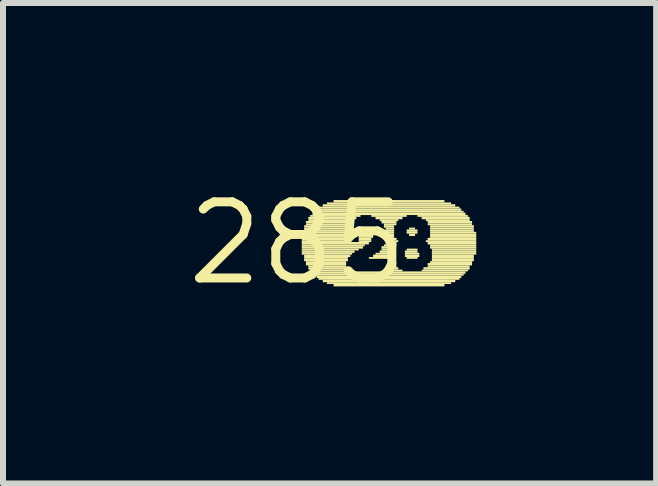
<source format=kicad_pcb>
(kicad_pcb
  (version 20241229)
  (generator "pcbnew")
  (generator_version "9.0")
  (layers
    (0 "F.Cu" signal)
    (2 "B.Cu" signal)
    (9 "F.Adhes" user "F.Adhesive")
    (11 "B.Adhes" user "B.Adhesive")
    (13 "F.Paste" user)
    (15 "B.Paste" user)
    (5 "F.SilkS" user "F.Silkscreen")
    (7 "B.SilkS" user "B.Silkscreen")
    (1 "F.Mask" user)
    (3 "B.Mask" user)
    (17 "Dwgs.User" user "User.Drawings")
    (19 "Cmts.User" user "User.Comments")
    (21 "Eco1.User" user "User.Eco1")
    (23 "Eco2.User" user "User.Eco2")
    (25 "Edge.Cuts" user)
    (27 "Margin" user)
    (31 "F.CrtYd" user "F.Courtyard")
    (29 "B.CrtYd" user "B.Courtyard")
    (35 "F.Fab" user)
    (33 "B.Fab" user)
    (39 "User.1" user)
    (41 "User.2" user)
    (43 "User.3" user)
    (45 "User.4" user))
  (footprint "285"
    (layer "F.Cu")
    (at 1.912 1.006)
    (property "Reference" "285" (at 0 0 0) (layer "F.SilkS") (effects (font (size 1.27 1.27) (thickness 0.15))))
    (fp_poly (pts (xy 0.07 -0.16) (xy 0.81 -0.16) (xy 0.81 -0.19) (xy 0.07 -0.19)) (stroke (width 0) (type default)) (fill yes) (layer "F.SilkS"))
    (fp_poly (pts (xy 0.07 -0.12) (xy 0.81 -0.12) (xy 0.81 -0.16) (xy 0.07 -0.16)) (stroke (width 0) (type default)) (fill yes) (layer "F.SilkS"))
    (fp_poly (pts (xy 0.07 -0.09) (xy 0.81 -0.09) (xy 0.81 -0.12) (xy 0.07 -0.12)) (stroke (width 0) (type default)) (fill yes) (layer "F.SilkS"))
    (fp_poly (pts (xy 0.07 -0.05) (xy 0.81 -0.05) (xy 0.81 -0.09) (xy 0.07 -0.09)) (stroke (width 0) (type default)) (fill yes) (layer "F.SilkS"))
    (fp_poly (pts (xy 0.07 -0.02) (xy 0.84 -0.02) (xy 0.84 -0.05) (xy 0.07 -0.05)) (stroke (width 0) (type default)) (fill yes) (layer "F.SilkS"))
    (fp_poly (pts (xy 0.07 0.02) (xy 1.19 0.02) (xy 1.19 -0.02) (xy 0.07 -0.02)) (stroke (width 0) (type default)) (fill yes) (layer "F.SilkS"))
    (fp_poly (pts (xy 0.07 0.05) (xy 1.12 0.05) (xy 1.12 0.02) (xy 0.07 0.02)) (stroke (width 0) (type default)) (fill yes) (layer "F.SilkS"))
    (fp_poly (pts (xy 0.07 0.09) (xy 1.09 0.09) (xy 1.09 0.05) (xy 0.07 0.05)) (stroke (width 0) (type default)) (fill yes) (layer "F.SilkS"))
    (fp_poly (pts (xy 0.07 0.12) (xy 1.02 0.12) (xy 1.02 0.09) (xy 0.07 0.09)) (stroke (width 0) (type default)) (fill yes) (layer "F.SilkS"))
    (fp_poly (pts (xy 0.07 0.16) (xy 0.95 0.16) (xy 0.95 0.12) (xy 0.07 0.12)) (stroke (width 0) (type default)) (fill yes) (layer "F.SilkS"))
    (fp_poly (pts (xy 0.07 0.19) (xy 0.91 0.19) (xy 0.91 0.16) (xy 0.07 0.16)) (stroke (width 0) (type default)) (fill yes) (layer "F.SilkS"))
    (fp_poly (pts (xy 0.11 -0.26) (xy 0.84 -0.26) (xy 0.84 -0.3) (xy 0.11 -0.3)) (stroke (width 0) (type default)) (fill yes) (layer "F.SilkS"))
    (fp_poly (pts (xy 0.11 -0.23) (xy 0.84 -0.23) (xy 0.84 -0.26) (xy 0.11 -0.26)) (stroke (width 0) (type default)) (fill yes) (layer "F.SilkS"))
    (fp_poly (pts (xy 0.11 -0.19) (xy 0.81 -0.19) (xy 0.81 -0.23) (xy 0.11 -0.23)) (stroke (width 0) (type default)) (fill yes) (layer "F.SilkS"))
    (fp_poly (pts (xy 0.11 0.23) (xy 0.88 0.23) (xy 0.88 0.19) (xy 0.11 0.19)) (stroke (width 0) (type default)) (fill yes) (layer "F.SilkS"))
    (fp_poly (pts (xy 0.11 0.26) (xy 0.84 0.26) (xy 0.84 0.23) (xy 0.11 0.23)) (stroke (width 0) (type default)) (fill yes) (layer "F.SilkS"))
    (fp_poly (pts (xy 0.11 0.3) (xy 0.84 0.3) (xy 0.84 0.26) (xy 0.11 0.26)) (stroke (width 0) (type default)) (fill yes) (layer "F.SilkS"))
    (fp_poly (pts (xy 0.14 -0.33) (xy 0.88 -0.33) (xy 0.88 -0.37) (xy 0.14 -0.37)) (stroke (width 0) (type default)) (fill yes) (layer "F.SilkS"))
    (fp_poly (pts (xy 0.14 -0.3) (xy 0.88 -0.3) (xy 0.88 -0.33) (xy 0.14 -0.33)) (stroke (width 0) (type default)) (fill yes) (layer "F.SilkS"))
    (fp_poly (pts (xy 0.14 0.33) (xy 0.81 0.33) (xy 0.81 0.3) (xy 0.14 0.3)) (stroke (width 0) (type default)) (fill yes) (layer "F.SilkS"))
    (fp_poly (pts (xy 0.14 0.37) (xy 0.81 0.37) (xy 0.81 0.33) (xy 0.14 0.33)) (stroke (width 0) (type default)) (fill yes) (layer "F.SilkS"))
    (fp_poly (pts (xy 0.18 -0.4) (xy 0.98 -0.4) (xy 0.98 -0.44) (xy 0.18 -0.44)) (stroke (width 0) (type default)) (fill yes) (layer "F.SilkS"))
    (fp_poly (pts (xy 0.18 -0.37) (xy 0.91 -0.37) (xy 0.91 -0.4) (xy 0.18 -0.4)) (stroke (width 0) (type default)) (fill yes) (layer "F.SilkS"))
    (fp_poly (pts (xy 0.18 0.4) (xy 0.81 0.4) (xy 0.81 0.37) (xy 0.18 0.37)) (stroke (width 0) (type default)) (fill yes) (layer "F.SilkS"))
    (fp_poly (pts (xy 0.18 0.44) (xy 0.81 0.44) (xy 0.81 0.4) (xy 0.18 0.4)) (stroke (width 0) (type default)) (fill yes) (layer "F.SilkS"))
    (fp_poly (pts (xy 0.21 -0.44) (xy 1.05 -0.44) (xy 1.05 -0.47) (xy 0.21 -0.47)) (stroke (width 0) (type default)) (fill yes) (layer "F.SilkS"))
    (fp_poly (pts (xy 0.21 0.47) (xy 0.84 0.47) (xy 0.84 0.44) (xy 0.21 0.44)) (stroke (width 0) (type default)) (fill yes) (layer "F.SilkS"))
    (fp_poly (pts (xy 0.25 -0.47) (xy 2.8 -0.47) (xy 2.8 -0.51) (xy 0.25 -0.51)) (stroke (width 0) (type default)) (fill yes) (layer "F.SilkS"))
    (fp_poly (pts (xy 0.25 0.51) (xy 2.8 0.51) (xy 2.8 0.47) (xy 0.25 0.47)) (stroke (width 0) (type default)) (fill yes) (layer "F.SilkS"))
    (fp_poly (pts (xy 0.28 -0.51) (xy 2.77 -0.51) (xy 2.77 -0.54) (xy 0.28 -0.54)) (stroke (width 0) (type default)) (fill yes) (layer "F.SilkS"))
    (fp_poly (pts (xy 0.28 0.54) (xy 2.77 0.54) (xy 2.77 0.51) (xy 0.28 0.51)) (stroke (width 0) (type default)) (fill yes) (layer "F.SilkS"))
    (fp_poly (pts (xy 0.32 -0.54) (xy 2.73 -0.54) (xy 2.73 -0.58) (xy 0.32 -0.58)) (stroke (width 0) (type default)) (fill yes) (layer "F.SilkS"))
    (fp_poly (pts (xy 0.32 0.58) (xy 2.73 0.58) (xy 2.73 0.54) (xy 0.32 0.54)) (stroke (width 0) (type default)) (fill yes) (layer "F.SilkS"))
    (fp_poly (pts (xy 0.35 -0.58) (xy 2.7 -0.58) (xy 2.7 -0.61) (xy 0.35 -0.61)) (stroke (width 0) (type default)) (fill yes) (layer "F.SilkS"))
    (fp_poly (pts (xy 0.35 0.61) (xy 2.7 0.61) (xy 2.7 0.58) (xy 0.35 0.58)) (stroke (width 0) (type default)) (fill yes) (layer "F.SilkS"))
    (fp_poly (pts (xy 0.42 -0.61) (xy 2.63 -0.61) (xy 2.63 -0.65) (xy 0.42 -0.65)) (stroke (width 0) (type default)) (fill yes) (layer "F.SilkS"))
    (fp_poly (pts (xy 0.42 0.65) (xy 2.63 0.65) (xy 2.63 0.61) (xy 0.42 0.61)) (stroke (width 0) (type default)) (fill yes) (layer "F.SilkS"))
    (fp_poly (pts (xy 0.49 -0.65) (xy 2.56 -0.65) (xy 2.56 -0.68) (xy 0.49 -0.68)) (stroke (width 0) (type default)) (fill yes) (layer "F.SilkS"))
    (fp_poly (pts (xy 0.49 0.68) (xy 2.56 0.68) (xy 2.56 0.65) (xy 0.49 0.65)) (stroke (width 0) (type default)) (fill yes) (layer "F.SilkS"))
    (fp_poly (pts (xy 0.6 -0.68) (xy 2.45 -0.68) (xy 2.45 -0.72) (xy 0.6 -0.72)) (stroke (width 0) (type default)) (fill yes) (layer "F.SilkS"))
    (fp_poly (pts (xy 0.6 0.72) (xy 2.45 0.72) (xy 2.45 0.68) (xy 0.6 0.68)) (stroke (width 0) (type default)) (fill yes) (layer "F.SilkS"))
    (fp_poly (pts (xy 1.02 -0.12) (xy 1.26 -0.12) (xy 1.26 -0.16) (xy 1.02 -0.16)) (stroke (width 0) (type default)) (fill yes) (layer "F.SilkS"))
    (fp_poly (pts (xy 1.02 -0.09) (xy 1.26 -0.09) (xy 1.26 -0.12) (xy 1.02 -0.12)) (stroke (width 0) (type default)) (fill yes) (layer "F.SilkS"))
    (fp_poly (pts (xy 1.02 -0.05) (xy 1.23 -0.05) (xy 1.23 -0.09) (xy 1.02 -0.09)) (stroke (width 0) (type default)) (fill yes) (layer "F.SilkS"))
    (fp_poly (pts (xy 1.02 -0.02) (xy 1.23 -0.02) (xy 1.23 -0.05) (xy 1.02 -0.05)) (stroke (width 0) (type default)) (fill yes) (layer "F.SilkS"))
    (fp_poly (pts (xy 1.05 -0.19) (xy 1.23 -0.19) (xy 1.23 -0.23) (xy 1.05 -0.23)) (stroke (width 0) (type default)) (fill yes) (layer "F.SilkS"))
    (fp_poly (pts (xy 1.05 -0.16) (xy 1.26 -0.16) (xy 1.26 -0.19) (xy 1.05 -0.19)) (stroke (width 0) (type default)) (fill yes) (layer "F.SilkS"))
    (fp_poly (pts (xy 1.19 0.26) (xy 1.58 0.26) (xy 1.58 0.23) (xy 1.19 0.23)) (stroke (width 0) (type default)) (fill yes) (layer "F.SilkS"))
    (fp_poly (pts (xy 1.23 -0.44) (xy 1.82 -0.44) (xy 1.82 -0.47) (xy 1.23 -0.47)) (stroke (width 0) (type default)) (fill yes) (layer "F.SilkS"))
    (fp_poly (pts (xy 1.26 0.23) (xy 1.58 0.23) (xy 1.58 0.19) (xy 1.26 0.19)) (stroke (width 0) (type default)) (fill yes) (layer "F.SilkS"))
    (fp_poly (pts (xy 1.3 -0.4) (xy 1.75 -0.4) (xy 1.75 -0.44) (xy 1.3 -0.44)) (stroke (width 0) (type default)) (fill yes) (layer "F.SilkS"))
    (fp_poly (pts (xy 1.3 0.19) (xy 1.58 0.19) (xy 1.58 0.16) (xy 1.3 0.16)) (stroke (width 0) (type default)) (fill yes) (layer "F.SilkS"))
    (fp_poly (pts (xy 1.37 -0.37) (xy 1.68 -0.37) (xy 1.68 -0.4) (xy 1.37 -0.4)) (stroke (width 0) (type default)) (fill yes) (layer "F.SilkS"))
    (fp_poly (pts (xy 1.37 0.16) (xy 1.58 0.16) (xy 1.58 0.12) (xy 1.37 0.12)) (stroke (width 0) (type default)) (fill yes) (layer "F.SilkS"))
    (fp_poly (pts (xy 1.4 -0.33) (xy 1.65 -0.33) (xy 1.65 -0.37) (xy 1.4 -0.37)) (stroke (width 0) (type default)) (fill yes) (layer "F.SilkS"))
    (fp_poly (pts (xy 1.4 0.09) (xy 1.61 0.09) (xy 1.61 0.05) (xy 1.4 0.05)) (stroke (width 0) (type default)) (fill yes) (layer "F.SilkS"))
    (fp_poly (pts (xy 1.4 0.12) (xy 1.58 0.12) (xy 1.58 0.09) (xy 1.4 0.09)) (stroke (width 0) (type default)) (fill yes) (layer "F.SilkS"))
    (fp_poly (pts (xy 1.44 -0.3) (xy 1.65 -0.3) (xy 1.65 -0.33) (xy 1.44 -0.33)) (stroke (width 0) (type default)) (fill yes) (layer "F.SilkS"))
    (fp_poly (pts (xy 1.44 -0.26) (xy 1.61 -0.26) (xy 1.61 -0.3) (xy 1.44 -0.3)) (stroke (width 0) (type default)) (fill yes) (layer "F.SilkS"))
    (fp_poly (pts (xy 1.44 0.05) (xy 1.61 0.05) (xy 1.61 0.02) (xy 1.44 0.02)) (stroke (width 0) (type default)) (fill yes) (layer "F.SilkS"))
    (fp_poly (pts (xy 1.47 -0.23) (xy 1.61 -0.23) (xy 1.61 -0.26) (xy 1.47 -0.26)) (stroke (width 0) (type default)) (fill yes) (layer "F.SilkS"))
    (fp_poly (pts (xy 1.47 -0.19) (xy 1.61 -0.19) (xy 1.61 -0.23) (xy 1.47 -0.23)) (stroke (width 0) (type default)) (fill yes) (layer "F.SilkS"))
    (fp_poly (pts (xy 1.47 -0.16) (xy 1.61 -0.16) (xy 1.61 -0.19) (xy 1.47 -0.19)) (stroke (width 0) (type default)) (fill yes) (layer "F.SilkS"))
    (fp_poly (pts (xy 1.47 -0.12) (xy 1.61 -0.12) (xy 1.61 -0.16) (xy 1.47 -0.16)) (stroke (width 0) (type default)) (fill yes) (layer "F.SilkS"))
    (fp_poly (pts (xy 1.47 -0.09) (xy 1.61 -0.09) (xy 1.61 -0.12) (xy 1.47 -0.12)) (stroke (width 0) (type default)) (fill yes) (layer "F.SilkS"))
    (fp_poly (pts (xy 1.47 -0.05) (xy 1.65 -0.05) (xy 1.65 -0.09) (xy 1.47 -0.09)) (stroke (width 0) (type default)) (fill yes) (layer "F.SilkS"))
    (fp_poly (pts (xy 1.47 -0.02) (xy 1.68 -0.02) (xy 1.68 -0.05) (xy 1.47 -0.05)) (stroke (width 0) (type default)) (fill yes) (layer "F.SilkS"))
    (fp_poly (pts (xy 1.47 0.02) (xy 1.65 0.02) (xy 1.65 -0.02) (xy 1.47 -0.02)) (stroke (width 0) (type default)) (fill yes) (layer "F.SilkS"))
    (fp_poly (pts (xy 1.47 0.47) (xy 1.75 0.47) (xy 1.75 0.44) (xy 1.47 0.44)) (stroke (width 0) (type default)) (fill yes) (layer "F.SilkS"))
    (fp_poly (pts (xy 1.51 0.3) (xy 1.58 0.3) (xy 1.58 0.26) (xy 1.51 0.26)) (stroke (width 0) (type default)) (fill yes) (layer "F.SilkS"))
    (fp_poly (pts (xy 1.51 0.33) (xy 1.61 0.33) (xy 1.61 0.3) (xy 1.51 0.3)) (stroke (width 0) (type default)) (fill yes) (layer "F.SilkS"))
    (fp_poly (pts (xy 1.51 0.37) (xy 1.61 0.37) (xy 1.61 0.33) (xy 1.51 0.33)) (stroke (width 0) (type default)) (fill yes) (layer "F.SilkS"))
    (fp_poly (pts (xy 1.51 0.4) (xy 1.65 0.4) (xy 1.65 0.37) (xy 1.51 0.37)) (stroke (width 0) (type default)) (fill yes) (layer "F.SilkS"))
    (fp_poly (pts (xy 1.51 0.44) (xy 1.68 0.44) (xy 1.68 0.4) (xy 1.51 0.4)) (stroke (width 0) (type default)) (fill yes) (layer "F.SilkS"))
    (fp_poly (pts (xy 1.79 0.16) (xy 2 0.16) (xy 2 0.12) (xy 1.79 0.12)) (stroke (width 0) (type default)) (fill yes) (layer "F.SilkS"))
    (fp_poly (pts (xy 1.79 0.19) (xy 2.03 0.19) (xy 2.03 0.16) (xy 1.79 0.16)) (stroke (width 0) (type default)) (fill yes) (layer "F.SilkS"))
    (fp_poly (pts (xy 1.79 0.23) (xy 2.03 0.23) (xy 2.03 0.19) (xy 1.79 0.19)) (stroke (width 0) (type default)) (fill yes) (layer "F.SilkS"))
    (fp_poly (pts (xy 1.82 -0.19) (xy 2 -0.19) (xy 2 -0.23) (xy 1.82 -0.23)) (stroke (width 0) (type default)) (fill yes) (layer "F.SilkS"))
    (fp_poly (pts (xy 1.82 -0.16) (xy 2 -0.16) (xy 2 -0.19) (xy 1.82 -0.19)) (stroke (width 0) (type default)) (fill yes) (layer "F.SilkS"))
    (fp_poly (pts (xy 1.82 0.12) (xy 2 0.12) (xy 2 0.09) (xy 1.82 0.09)) (stroke (width 0) (type default)) (fill yes) (layer "F.SilkS"))
    (fp_poly (pts (xy 1.82 0.26) (xy 2 0.26) (xy 2 0.23) (xy 1.82 0.23)) (stroke (width 0) (type default)) (fill yes) (layer "F.SilkS"))
    (fp_poly (pts (xy 1.86 -0.23) (xy 1.96 -0.23) (xy 1.96 -0.26) (xy 1.86 -0.26)) (stroke (width 0) (type default)) (fill yes) (layer "F.SilkS"))
    (fp_poly (pts (xy 1.86 -0.12) (xy 1.96 -0.12) (xy 1.96 -0.16) (xy 1.86 -0.16)) (stroke (width 0) (type default)) (fill yes) (layer "F.SilkS"))
    (fp_poly (pts (xy 2 -0.44) (xy 2.84 -0.44) (xy 2.84 -0.47) (xy 2 -0.47)) (stroke (width 0) (type default)) (fill yes) (layer "F.SilkS"))
    (fp_poly (pts (xy 2.07 -0.4) (xy 2.87 -0.4) (xy 2.87 -0.44) (xy 2.07 -0.44)) (stroke (width 0) (type default)) (fill yes) (layer "F.SilkS"))
    (fp_poly (pts (xy 2.07 0.47) (xy 2.84 0.47) (xy 2.84 0.44) (xy 2.07 0.44)) (stroke (width 0) (type default)) (fill yes) (layer "F.SilkS"))
    (fp_poly (pts (xy 2.1 0.44) (xy 2.87 0.44) (xy 2.87 0.4) (xy 2.1 0.4)) (stroke (width 0) (type default)) (fill yes) (layer "F.SilkS"))
    (fp_poly (pts (xy 2.14 -0.37) (xy 2.87 -0.37) (xy 2.87 -0.4) (xy 2.14 -0.4)) (stroke (width 0) (type default)) (fill yes) (layer "F.SilkS"))
    (fp_poly (pts (xy 2.14 -0.02) (xy 2.98 -0.02) (xy 2.98 -0.05) (xy 2.14 -0.05)) (stroke (width 0) (type default)) (fill yes) (layer "F.SilkS"))
    (fp_poly (pts (xy 2.17 -0.33) (xy 2.91 -0.33) (xy 2.91 -0.37) (xy 2.17 -0.37)) (stroke (width 0) (type default)) (fill yes) (layer "F.SilkS"))
    (fp_poly (pts (xy 2.17 -0.3) (xy 2.91 -0.3) (xy 2.91 -0.33) (xy 2.17 -0.33)) (stroke (width 0) (type default)) (fill yes) (layer "F.SilkS"))
    (fp_poly (pts (xy 2.17 -0.05) (xy 2.98 -0.05) (xy 2.98 -0.09) (xy 2.17 -0.09)) (stroke (width 0) (type default)) (fill yes) (layer "F.SilkS"))
    (fp_poly (pts (xy 2.17 0.02) (xy 2.98 0.02) (xy 2.98 -0.02) (xy 2.17 -0.02)) (stroke (width 0) (type default)) (fill yes) (layer "F.SilkS"))
    (fp_poly (pts (xy 2.17 0.37) (xy 2.91 0.37) (xy 2.91 0.33) (xy 2.17 0.33)) (stroke (width 0) (type default)) (fill yes) (layer "F.SilkS"))
    (fp_poly (pts (xy 2.17 0.4) (xy 2.87 0.4) (xy 2.87 0.37) (xy 2.17 0.37)) (stroke (width 0) (type default)) (fill yes) (layer "F.SilkS"))
    (fp_poly (pts (xy 2.21 -0.26) (xy 2.94 -0.26) (xy 2.94 -0.3) (xy 2.21 -0.3)) (stroke (width 0) (type default)) (fill yes) (layer "F.SilkS"))
    (fp_poly (pts (xy 2.21 -0.23) (xy 2.94 -0.23) (xy 2.94 -0.26) (xy 2.21 -0.26)) (stroke (width 0) (type default)) (fill yes) (layer "F.SilkS"))
    (fp_poly (pts (xy 2.21 -0.19) (xy 2.94 -0.19) (xy 2.94 -0.23) (xy 2.21 -0.23)) (stroke (width 0) (type default)) (fill yes) (layer "F.SilkS"))
    (fp_poly (pts (xy 2.21 -0.16) (xy 2.98 -0.16) (xy 2.98 -0.19) (xy 2.21 -0.19)) (stroke (width 0) (type default)) (fill yes) (layer "F.SilkS"))
    (fp_poly (pts (xy 2.21 -0.12) (xy 2.98 -0.12) (xy 2.98 -0.16) (xy 2.21 -0.16)) (stroke (width 0) (type default)) (fill yes) (layer "F.SilkS"))
    (fp_poly (pts (xy 2.21 -0.09) (xy 2.98 -0.09) (xy 2.98 -0.12) (xy 2.21 -0.12)) (stroke (width 0) (type default)) (fill yes) (layer "F.SilkS"))
    (fp_poly (pts (xy 2.21 0.05) (xy 2.98 0.05) (xy 2.98 0.02) (xy 2.21 0.02)) (stroke (width 0) (type default)) (fill yes) (layer "F.SilkS"))
    (fp_poly (pts (xy 2.21 0.09) (xy 2.98 0.09) (xy 2.98 0.05) (xy 2.21 0.05)) (stroke (width 0) (type default)) (fill yes) (layer "F.SilkS"))
    (fp_poly (pts (xy 2.21 0.33) (xy 2.91 0.33) (xy 2.91 0.3) (xy 2.21 0.3)) (stroke (width 0) (type default)) (fill yes) (layer "F.SilkS"))
    (fp_poly (pts (xy 2.24 0.12) (xy 2.98 0.12) (xy 2.98 0.09) (xy 2.24 0.09)) (stroke (width 0) (type default)) (fill yes) (layer "F.SilkS"))
    (fp_poly (pts (xy 2.24 0.16) (xy 2.98 0.16) (xy 2.98 0.12) (xy 2.24 0.12)) (stroke (width 0) (type default)) (fill yes) (layer "F.SilkS"))
    (fp_poly (pts (xy 2.24 0.19) (xy 2.98 0.19) (xy 2.98 0.16) (xy 2.24 0.16)) (stroke (width 0) (type default)) (fill yes) (layer "F.SilkS"))
    (fp_poly (pts (xy 2.24 0.23) (xy 2.94 0.23) (xy 2.94 0.19) (xy 2.24 0.19)) (stroke (width 0) (type default)) (fill yes) (layer "F.SilkS"))
    (fp_poly (pts (xy 2.24 0.26) (xy 2.94 0.26) (xy 2.94 0.23) (xy 2.24 0.23)) (stroke (width 0) (type default)) (fill yes) (layer "F.SilkS"))
    (fp_poly (pts (xy 2.24 0.3) (xy 2.94 0.3) (xy 2.94 0.26) (xy 2.24 0.26)) (stroke (width 0) (type default)) (fill yes) (layer "F.SilkS")))
  (gr_rect
    (start -3 -3)
    (end 7.892 5.012)
    (stroke (width 0.1) (type default))
    (fill no)
    (layer "Edge.Cuts")))
</source>
